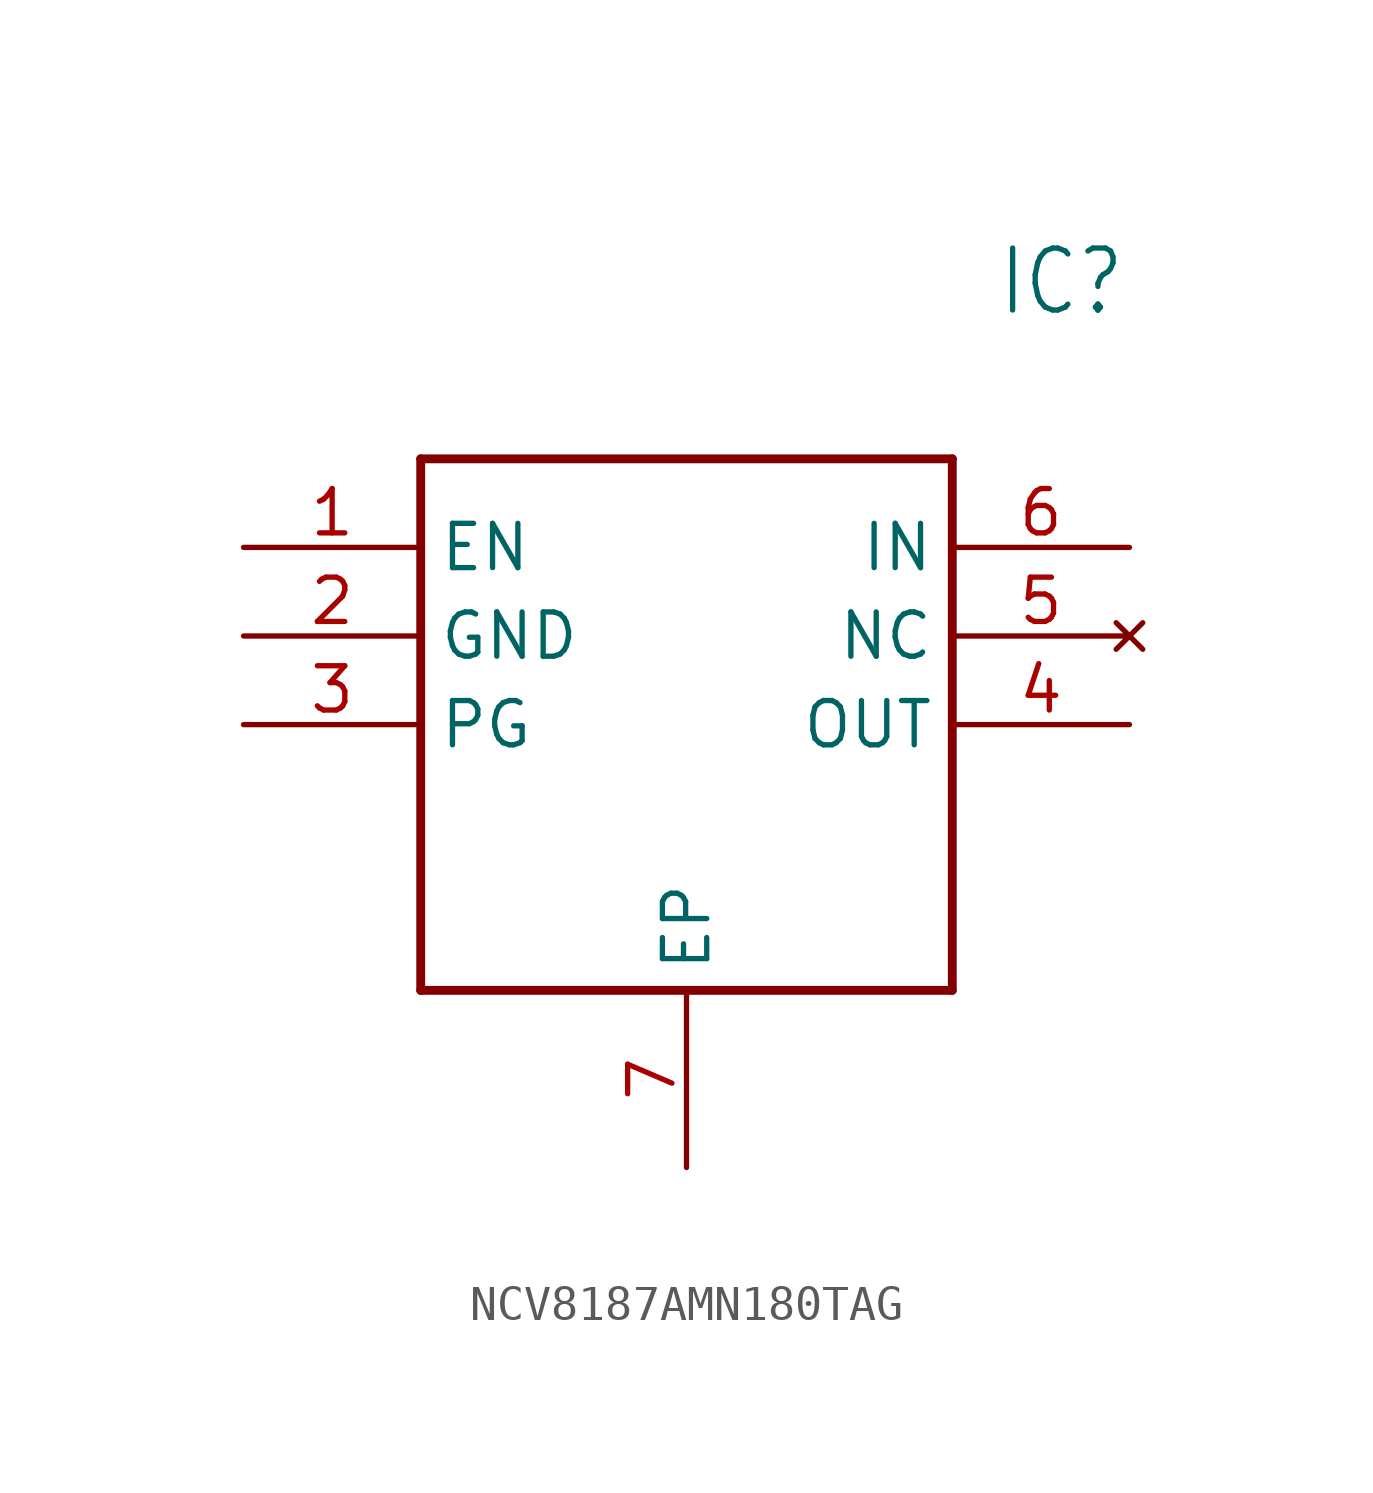
<source format=kicad_sym>
(kicad_symbol_lib
  (version 20231120)
  (generator "kicad_symbol_editor")
  (generator_version "8.99")
  (symbol "NCV8187AMN180TAG"
    (property "Reference" "IC"
      (at 21.59 7.62 0)
      (effects (font (size 1.778 1.511)) (justify left)))
    (property "Value" ""
      (at 21.59 5.08 0)
      (effects (font (size 1.778 1.511)) (justify left)))
    (property "ki_locked" ""
      (at 0 0 0)
      (effects (font (size 1.27 1.27))))
    (symbol "NCV8187AMN180TAG_1_0"
      (polyline (pts (xy 5.08 2.54) (xy 5.08 -12.7)) (stroke (width 0.254) (type solid)) (fill (type none)))
      (polyline (pts (xy 5.08 2.54) (xy 20.32 2.54)) (stroke (width 0.254) (type solid)) (fill (type none)))
      (polyline (pts (xy 20.32 -12.7) (xy 5.08 -12.7)) (stroke (width 0.254) (type solid)) (fill (type none)))
      (polyline (pts (xy 20.32 -12.7) (xy 20.32 2.54)) (stroke (width 0.254) (type solid)) (fill (type none)))
      (pin bidirectional line (at 0 0 0) (length 5.08) (name "EN" (effects (font (size 1.27 1.27)))) (number "1" (effects (font (size 1.27 1.27)))))
      (pin bidirectional line (at 0 -2.54 0) (length 5.08) (name "GND" (effects (font (size 1.27 1.27)))) (number "2" (effects (font (size 1.27 1.27)))))
      (pin bidirectional line (at 0 -5.08 0) (length 5.08) (name "PG" (effects (font (size 1.27 1.27)))) (number "3" (effects (font (size 1.27 1.27)))))
      (pin bidirectional line (at 25.4 -5.08 180) (length 5.08) (name "OUT" (effects (font (size 1.27 1.27)))) (number "4" (effects (font (size 1.27 1.27)))))
      (pin no_connect line (at 25.4 -2.54 180) (length 5.08) (name "NC" (effects (font (size 1.27 1.27)))) (number "5" (effects (font (size 1.27 1.27)))))
      (pin bidirectional line (at 25.4 0 180) (length 5.08) (name "IN" (effects (font (size 1.27 1.27)))) (number "6" (effects (font (size 1.27 1.27)))))
      (pin bidirectional line (at 12.7 -17.78 90) (length 5.08) (name "EP" (effects (font (size 1.27 1.27)))) (number "7" (effects (font (size 1.27 1.27))))))))
</source>
